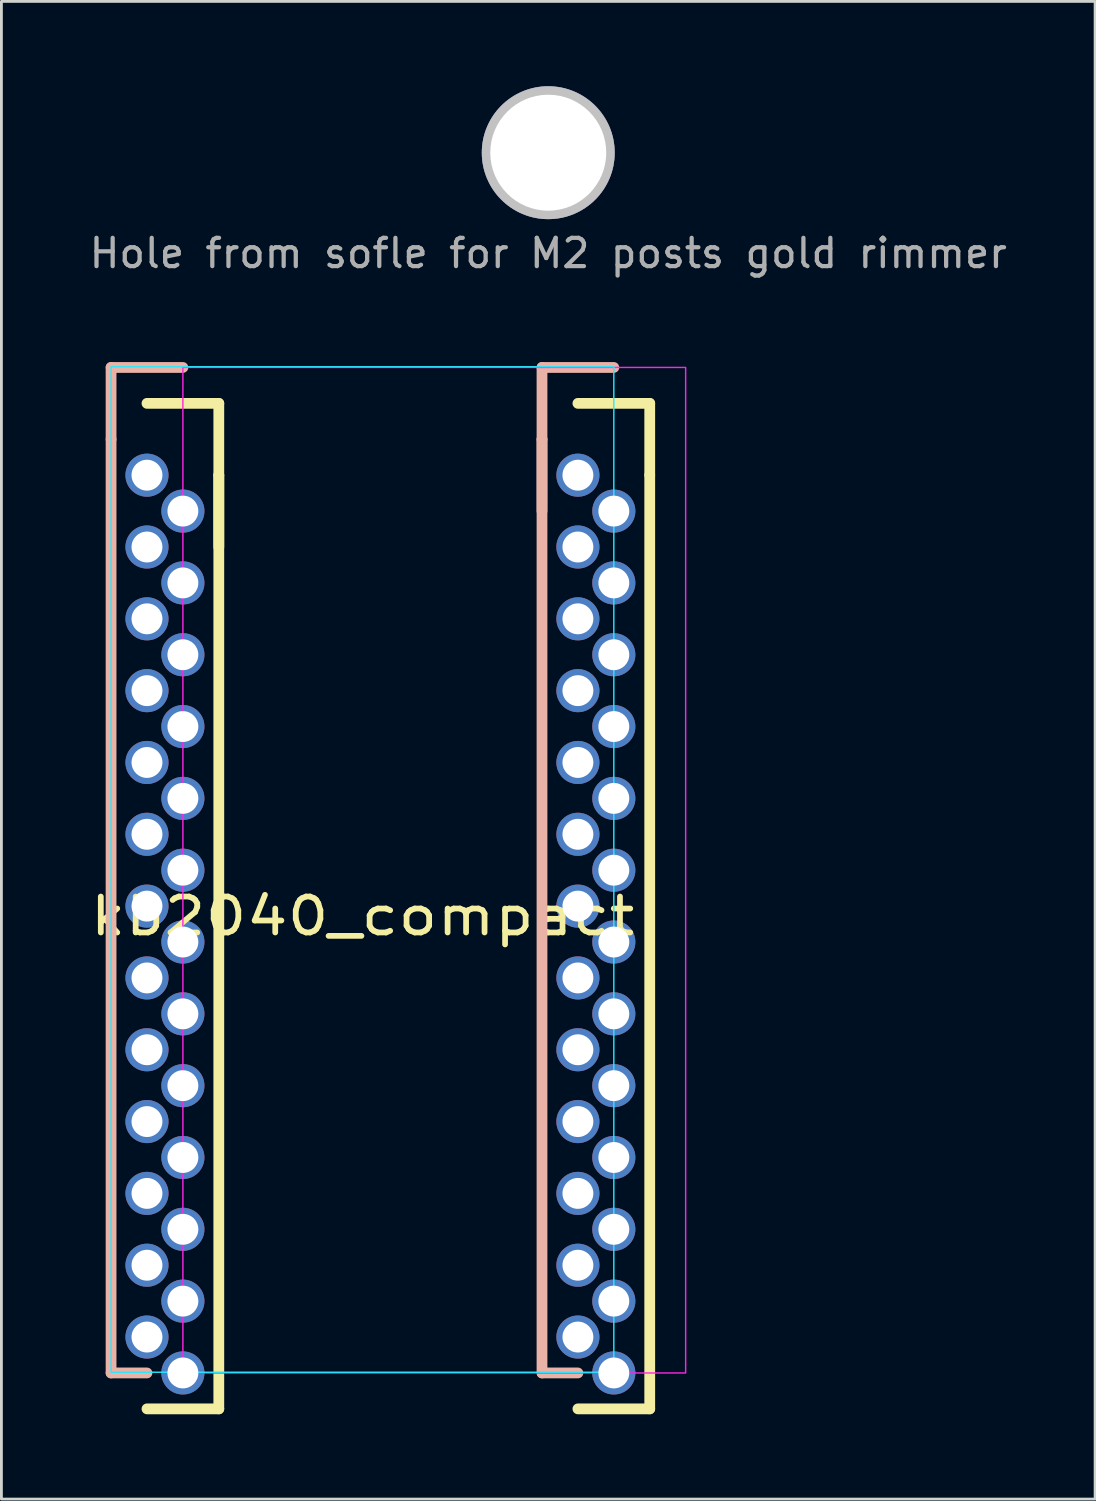
<source format=kicad_pcb>
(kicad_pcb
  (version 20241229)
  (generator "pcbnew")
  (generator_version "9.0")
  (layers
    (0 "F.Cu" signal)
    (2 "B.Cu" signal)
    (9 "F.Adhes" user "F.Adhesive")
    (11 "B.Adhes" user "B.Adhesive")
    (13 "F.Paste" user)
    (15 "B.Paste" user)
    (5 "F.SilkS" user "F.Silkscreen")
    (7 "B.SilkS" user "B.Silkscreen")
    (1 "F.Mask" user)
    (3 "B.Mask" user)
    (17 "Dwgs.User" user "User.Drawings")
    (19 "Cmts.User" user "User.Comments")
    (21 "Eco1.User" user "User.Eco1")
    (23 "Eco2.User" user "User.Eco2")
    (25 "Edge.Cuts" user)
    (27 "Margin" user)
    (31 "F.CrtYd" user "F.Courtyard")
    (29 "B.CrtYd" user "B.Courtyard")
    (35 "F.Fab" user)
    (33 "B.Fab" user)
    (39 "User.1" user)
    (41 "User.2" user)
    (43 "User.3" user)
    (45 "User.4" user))
  (footprint "Hole from sofle for M2 posts gold rimmer"
    (layer "F.Cu")
    (at 16.339 2.35)
    (property "Reference" "Hole from sofle for M2 posts gold rimmer" (at 0 3.556 0) (unlocked yes) (layer "F.Fab") (effects (font (size 1 1) (thickness 0.15))))
    (attr through_hole exclude_from_pos_files)
    (fp_circle (center 0 0) (end 1.1 0) (stroke (width 0.1) (type solid)) (fill no) (layer "User.3"))
    (fp_circle (center 0 0) (end 1.1 0) (stroke (width 0.1) (type solid)) (fill no) (layer "User.4"))
    (fp_circle (center 0 0) (end 1.1 0) (stroke (width 0.1) (type solid)) (fill no) (layer "User.5"))
    (fp_circle (center 0 0) (end 2.2 0) (stroke (width 0.15) (type default)) (fill no) (layer "User.9"))
    (fp_circle (center 0 0) (end 2.2 0) (stroke (width 0.15) (type default)) (fill no) (layer "User.10"))
    (pad "" thru_hole circle (at 0 0 90) (size 4.7 4.7) (drill 4.1) (layers "*.Cu" "*.Mask" "Dwgs.User")))
  (footprint "kb2040_compact"
    (layer "F.Cu")
    (at 9.768 27.725)
    (property "Reference" "kb2040_compact" (at 0 1.625 0) (layer "F.SilkS") (effects (font (size 1.27 1.524) (thickness 0.203))))
    (attr through_hole)
    (fp_line (start -5.08 -16.51) (end -7.62 -16.51) (stroke (width 0.381) (type solid)) (layer "F.SilkS"))
    (fp_line (start -5.08 -13.97) (end -5.08 -16.51) (stroke (width 0.381) (type solid)) (layer "F.SilkS"))
    (fp_line (start -5.08 -13.97) (end -5.08 -11.43) (stroke (width 0.381) (type solid)) (layer "F.SilkS"))
    (fp_line (start -5.08 19.05) (end -7.62 19.05) (stroke (width 0.381) (type solid)) (layer "F.SilkS"))
    (fp_line (start -5.08 19.05) (end -5.08 -13.97) (stroke (width 0.381) (type solid)) (layer "F.SilkS"))
    (fp_line (start 10.16 -16.51) (end 7.62 -16.51) (stroke (width 0.381) (type solid)) (layer "F.SilkS"))
    (fp_line (start 10.16 -13.97) (end 10.16 -16.51) (stroke (width 0.381) (type solid)) (layer "F.SilkS"))
    (fp_line (start 10.16 19.05) (end 7.62 19.05) (stroke (width 0.381) (type solid)) (layer "F.SilkS"))
    (fp_line (start 10.16 19.05) (end 10.16 -13.97) (stroke (width 0.381) (type solid)) (layer "F.SilkS"))
    (fp_line (start -8.89 -15.24) (end -8.89 -17.78) (stroke (width 0.381) (type solid)) (layer "B.SilkS"))
    (fp_line (start -8.89 17.78) (end -8.89 -15.24) (stroke (width 0.381) (type solid)) (layer "B.SilkS"))
    (fp_line (start -7.62 17.78) (end -8.89 17.78) (stroke (width 0.381) (type solid)) (layer "B.SilkS"))
    (fp_line (start -6.35 -17.78) (end -8.89 -17.78) (stroke (width 0.381) (type solid)) (layer "B.SilkS"))
    (fp_line (start 6.35 -15.24) (end 6.35 -17.78) (stroke (width 0.381) (type solid)) (layer "B.SilkS"))
    (fp_line (start 6.35 -15.24) (end 6.35 -12.7) (stroke (width 0.381) (type solid)) (layer "B.SilkS"))
    (fp_line (start 6.35 17.78) (end 6.35 -15.24) (stroke (width 0.381) (type solid)) (layer "B.SilkS"))
    (fp_line (start 7.62 17.78) (end 6.35 17.78) (stroke (width 0.381) (type solid)) (layer "B.SilkS"))
    (fp_line (start 8.89 -17.78) (end 6.35 -17.78) (stroke (width 0.381) (type solid)) (layer "B.SilkS"))
    (fp_rect (start -8.89 -17.805) (end 8.89 17.755) (stroke (width 0.05) (type default)) (fill no) (layer "B.CrtYd"))
    (fp_rect (start -6.35 -17.78) (end 11.43 17.78) (stroke (width 0.05) (type default)) (fill no) (layer "F.CrtYd"))
    (fp_line (start -7.277 -13.513) (end -7.264 18.745) (stroke (width 0.05) (type solid)) (layer "User.9"))
    (fp_line (start -7.264 18.745) (end -5.413 18.745) (stroke (width 0.05) (type solid)) (layer "User.9"))
    (fp_line (start -5.423 -13.513) (end -7.277 -13.513) (stroke (width 0.05) (type default)) (layer "User.9"))
    (fp_line (start -5.413 18.745) (end -5.41 -13.513) (stroke (width 0.05) (type default)) (layer "User.9"))
    (fp_line (start 8.026 -13.538) (end 8.026 18.74) (stroke (width 0.05) (type solid)) (layer "User.9"))
    (fp_line (start 8.026 18.74) (end 9.827 18.74) (stroke (width 0.05) (type solid)) (layer "User.9"))
    (fp_line (start 9.827 18.74) (end 9.83 -13.538) (stroke (width 0.05) (type default)) (layer "User.9"))
    (fp_line (start 9.83 -13.538) (end 8.026 -13.538) (stroke (width 0.05) (type default)) (layer "User.9"))
    (fp_line (start -8.611 -14.783) (end -8.596 17.323) (stroke (width 0.05) (type solid)) (layer "User.10"))
    (fp_line (start -8.596 17.323) (end -6.745 17.323) (stroke (width 0.05) (type solid)) (layer "User.10"))
    (fp_line (start -6.756 -14.783) (end -8.611 -14.783) (stroke (width 0.05) (type default)) (layer "User.10"))
    (fp_line (start -6.745 17.323) (end -6.756 -14.783) (stroke (width 0.05) (type solid)) (layer "User.10"))
    (fp_line (start 6.629 -14.783) (end 6.629 17.374) (stroke (width 0.05) (type solid)) (layer "User.10"))
    (fp_line (start 6.629 17.374) (end 8.508 17.374) (stroke (width 0.05) (type solid)) (layer "User.10"))
    (fp_line (start 8.508 17.374) (end 8.51 -14.757) (stroke (width 0.05) (type default)) (layer "User.10"))
    (fp_line (start 8.51 -14.781) (end 6.629 -14.783) (stroke (width 0.05) (type default)) (layer "User.10"))
    (pad "1" thru_hole circle (at -6.35 -12.7 270) (size 1.524 1.524) (drill 1.092) (layers "*.Cu" "*.Mask"))
    (pad "1" thru_hole circle (at 7.62 -13.97 90) (size 1.524 1.524) (drill 1.092) (layers "*.Cu" "*.Mask"))
    (pad "2" thru_hole circle (at -6.35 -10.16 270) (size 1.524 1.524) (drill 1.092) (layers "*.Cu" "*.Mask"))
    (pad "2" thru_hole circle (at 7.62 -11.43 90) (size 1.524 1.524) (drill 1.092) (layers "*.Cu" "*.Mask"))
    (pad "3" thru_hole circle (at -6.35 -7.62 270) (size 1.524 1.524) (drill 1.092) (layers "*.Cu" "*.Mask"))
    (pad "3" thru_hole circle (at 7.62 -8.89 90) (size 1.524 1.524) (drill 1.092) (layers "*.Cu" "*.Mask"))
    (pad "4" thru_hole circle (at -6.35 -5.08 270) (size 1.524 1.524) (drill 1.092) (layers "*.Cu" "*.Mask"))
    (pad "4" thru_hole circle (at 7.62 -6.35 90) (size 1.524 1.524) (drill 1.092) (layers "*.Cu" "*.Mask"))
    (pad "5" thru_hole circle (at -6.35 -2.54 270) (size 1.524 1.524) (drill 1.092) (layers "*.Cu" "*.Mask"))
    (pad "5" thru_hole circle (at 7.62 -3.81 90) (size 1.524 1.524) (drill 1.092) (layers "*.Cu" "*.Mask"))
    (pad "6" thru_hole circle (at -6.35 0 270) (size 1.524 1.524) (drill 1.092) (layers "*.Cu" "*.Mask"))
    (pad "6" thru_hole circle (at 7.62 -1.27 90) (size 1.524 1.524) (drill 1.092) (layers "*.Cu" "*.Mask"))
    (pad "7" thru_hole circle (at -6.35 2.54 270) (size 1.524 1.524) (drill 1.092) (layers "*.Cu" "*.Mask"))
    (pad "7" thru_hole circle (at 7.62 1.27 90) (size 1.524 1.524) (drill 1.092) (layers "*.Cu" "*.Mask"))
    (pad "8" thru_hole circle (at -6.35 5.08 270) (size 1.524 1.524) (drill 1.092) (layers "*.Cu" "*.Mask"))
    (pad "8" thru_hole circle (at 7.62 3.81 90) (size 1.524 1.524) (drill 1.092) (layers "*.Cu" "*.Mask"))
    (pad "9" thru_hole circle (at -6.35 7.62 270) (size 1.524 1.524) (drill 1.092) (layers "*.Cu" "*.Mask"))
    (pad "9" thru_hole circle (at 7.62 6.35 90) (size 1.524 1.524) (drill 1.092) (layers "*.Cu" "*.Mask"))
    (pad "10" thru_hole circle (at -6.35 10.16 270) (size 1.524 1.524) (drill 1.092) (layers "*.Cu" "*.Mask"))
    (pad "10" thru_hole circle (at 7.62 8.89 90) (size 1.524 1.524) (drill 1.092) (layers "*.Cu" "*.Mask"))
    (pad "11" thru_hole circle (at -6.35 12.7 270) (size 1.524 1.524) (drill 1.092) (layers "*.Cu" "*.Mask"))
    (pad "11" thru_hole circle (at 7.62 11.43 90) (size 1.524 1.524) (drill 1.092) (layers "*.Cu" "*.Mask"))
    (pad "12" thru_hole circle (at -6.35 15.24 270) (size 1.524 1.524) (drill 1.092) (layers "*.Cu" "*.Mask"))
    (pad "12" thru_hole circle (at 7.62 13.97 90) (size 1.524 1.524) (drill 1.092) (layers "*.Cu" "*.Mask"))
    (pad "13" thru_hole circle (at -6.35 17.78 270) (size 1.524 1.524) (drill 1.092) (layers "*.Cu" "*.Mask"))
    (pad "13" thru_hole circle (at 7.62 16.51 90) (size 1.524 1.524) (drill 1.092) (layers "*.Cu" "*.Mask"))
    (pad "14" thru_hole circle (at -7.62 -13.97 90) (size 1.524 1.524) (drill 1.092) (layers "*.Cu" "*.Mask"))
    (pad "14" thru_hole circle (at 8.89 -12.7 270) (size 1.524 1.524) (drill 1.092) (layers "*.Cu" "*.Mask"))
    (pad "15" thru_hole circle (at -7.62 -11.43 90) (size 1.524 1.524) (drill 1.092) (layers "*.Cu" "*.Mask"))
    (pad "15" thru_hole circle (at 8.89 -10.16 270) (size 1.524 1.524) (drill 1.092) (layers "*.Cu" "*.Mask"))
    (pad "16" thru_hole circle (at -7.62 -8.89 90) (size 1.524 1.524) (drill 1.092) (layers "*.Cu" "*.Mask"))
    (pad "16" thru_hole circle (at 8.89 -7.62 270) (size 1.524 1.524) (drill 1.092) (layers "*.Cu" "*.Mask"))
    (pad "17" thru_hole circle (at -7.62 -6.35 90) (size 1.524 1.524) (drill 1.092) (layers "*.Cu" "*.Mask"))
    (pad "17" thru_hole circle (at 8.89 -5.08 270) (size 1.524 1.524) (drill 1.092) (layers "*.Cu" "*.Mask"))
    (pad "18" thru_hole circle (at -7.62 -3.81 90) (size 1.524 1.524) (drill 1.092) (layers "*.Cu" "*.Mask"))
    (pad "18" thru_hole circle (at 8.89 -2.54 270) (size 1.524 1.524) (drill 1.092) (layers "*.Cu" "*.Mask"))
    (pad "19" thru_hole circle (at -7.62 -1.27 90) (size 1.524 1.524) (drill 1.092) (layers "*.Cu" "*.Mask"))
    (pad "19" thru_hole circle (at 8.89 0 270) (size 1.524 1.524) (drill 1.092) (layers "*.Cu" "*.Mask"))
    (pad "20" thru_hole circle (at -7.62 1.27 90) (size 1.524 1.524) (drill 1.092) (layers "*.Cu" "*.Mask"))
    (pad "20" thru_hole circle (at 8.89 2.54 270) (size 1.524 1.524) (drill 1.092) (layers "*.Cu" "*.Mask"))
    (pad "21" thru_hole circle (at -7.62 3.81 90) (size 1.524 1.524) (drill 1.092) (layers "*.Cu" "*.Mask"))
    (pad "21" thru_hole circle (at 8.89 5.08 270) (size 1.524 1.524) (drill 1.092) (layers "*.Cu" "*.Mask"))
    (pad "22" thru_hole circle (at -7.62 6.35 90) (size 1.524 1.524) (drill 1.092) (layers "*.Cu" "*.Mask"))
    (pad "22" thru_hole circle (at 8.89 7.62 270) (size 1.524 1.524) (drill 1.092) (layers "*.Cu" "*.Mask"))
    (pad "23" thru_hole circle (at -7.62 8.89 90) (size 1.524 1.524) (drill 1.092) (layers "*.Cu" "*.Mask"))
    (pad "23" thru_hole circle (at 8.89 10.16 270) (size 1.524 1.524) (drill 1.092) (layers "*.Cu" "*.Mask"))
    (pad "24" thru_hole circle (at -7.62 11.43 90) (size 1.524 1.524) (drill 1.092) (layers "*.Cu" "*.Mask"))
    (pad "24" thru_hole circle (at 8.89 12.7 270) (size 1.524 1.524) (drill 1.092) (layers "*.Cu" "*.Mask"))
    (pad "25" thru_hole circle (at -7.62 13.97 90) (size 1.524 1.524) (drill 1.092) (layers "*.Cu" "*.Mask"))
    (pad "25" thru_hole circle (at 8.89 15.24 270) (size 1.524 1.524) (drill 1.092) (layers "*.Cu" "*.Mask"))
    (pad "26" thru_hole circle (at -7.62 16.51 90) (size 1.524 1.524) (drill 1.092) (layers "*.Cu" "*.Mask"))
    (pad "26" thru_hole circle (at 8.89 17.78 270) (size 1.524 1.524) (drill 1.092) (layers "*.Cu" "*.Mask")))
  (gr_rect
    (start -3 -3)
    (end 35.679 49.965)
    (stroke (width 0.1) (type default))
    (fill no)
    (layer "Edge.Cuts")))
</source>
